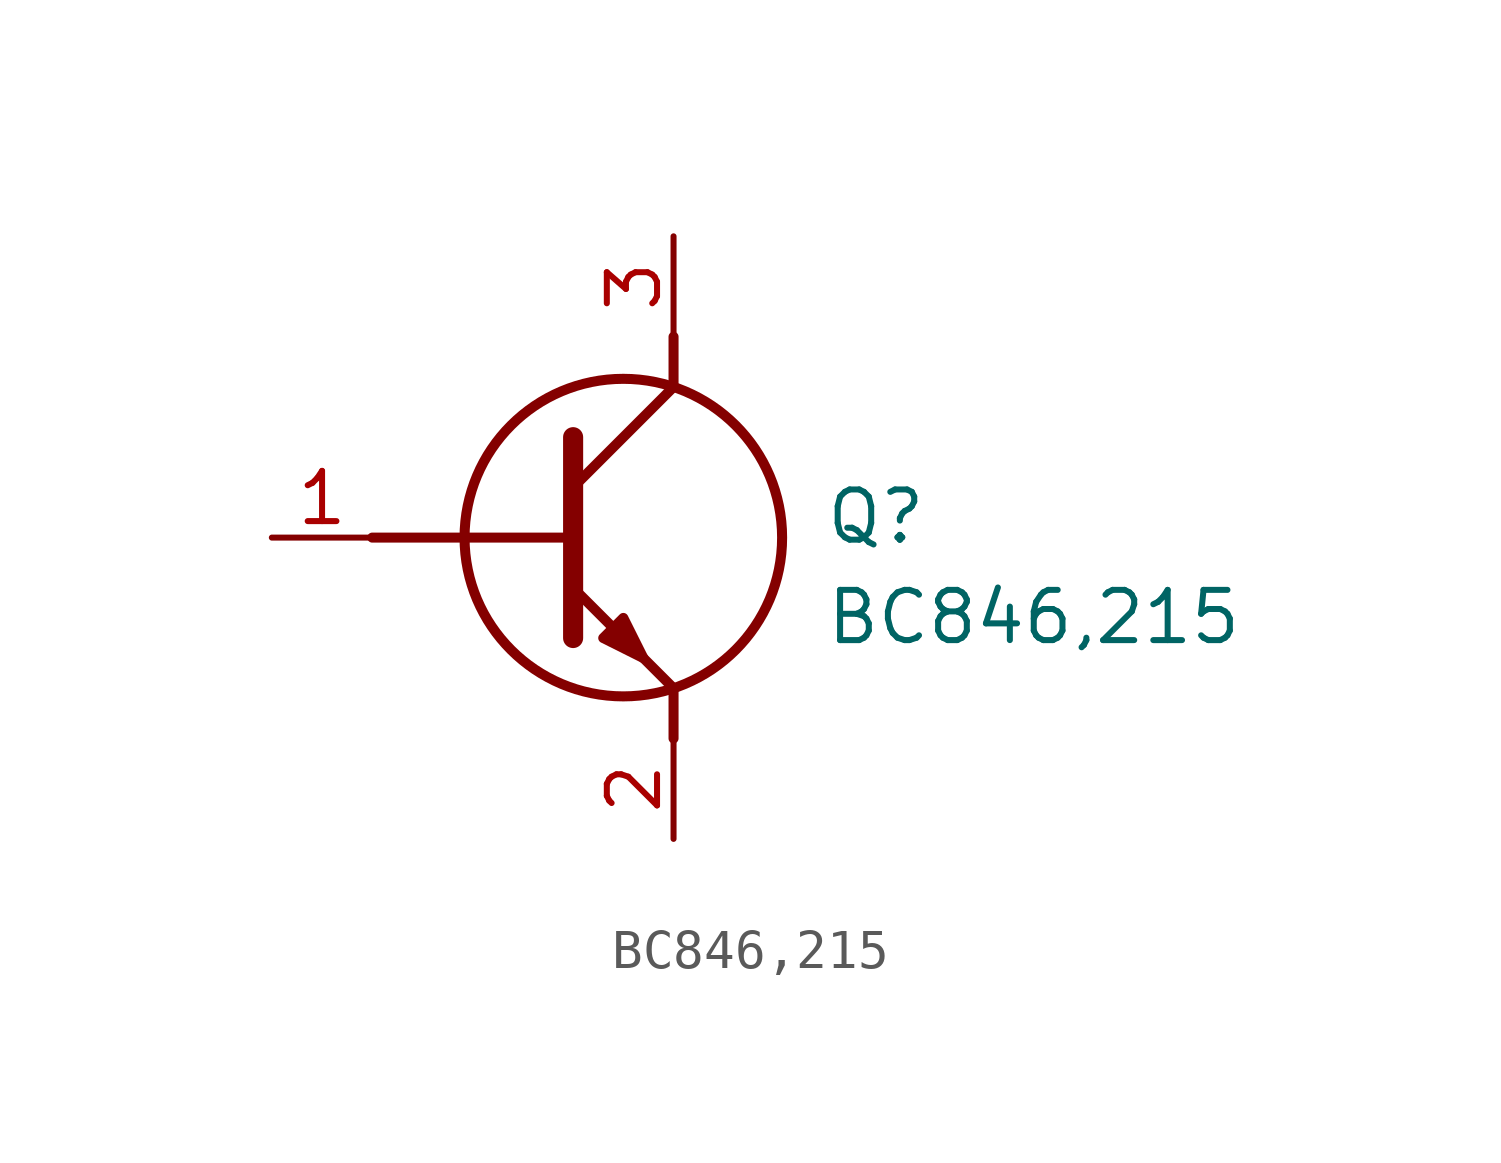
<source format=kicad_sym>
(kicad_symbol_lib
  (version 20211014)
  (generator SamacSys_ECAD_Model)
  (symbol "BC846,215"
    (pin_names hide)
    (property "Reference" "Q"
      (at 13.97 1.27 0)
      (effects (font (size 1.27 1.27)) (justify left top)))
    (property "Value" "BC846,215"
      (at 13.97 -1.27 0)
      (effects (font (size 1.27 1.27)) (justify left top)))
    (polyline
      (pts (xy 7.62 2.54) (xy 7.62 -2.54))
      (stroke (width 0.508) (type default))
      (fill (type none)))
    (polyline
      (pts (xy 7.62 1.27) (xy 10.16 3.81))
      (stroke (width 0.254) (type default))
      (fill (type none)))
    (polyline
      (pts (xy 7.62 -1.27) (xy 10.16 -3.81))
      (stroke (width 0.254) (type default))
      (fill (type none)))
    (polyline
      (pts (xy 10.16 -3.81) (xy 10.16 -5.08))
      (stroke (width 0.254) (type default))
      (fill (type none)))
    (polyline
      (pts (xy 10.16 3.81) (xy 10.16 5.08))
      (stroke (width 0.254) (type default))
      (fill (type none)))
    (polyline
      (pts (xy 2.54 0) (xy 7.62 0))
      (stroke (width 0.254) (type default))
      (fill (type none)))
    (circle
      (center 8.89 0)
      (radius 4.016)
      (stroke (width 0.254) (type default))
      (fill (type none)))
    (polyline
      (pts (xy 8.382 -2.54) (xy 8.89 -2.032) (xy 9.398 -3.048) (xy 8.382 -2.54))
      (stroke (width 0.254) (type default))
      (fill (type outline)))
    (pin passive line
      (at 0 0 0)
      (length 2.54)
      (name "B" (effects (font (size 1.27 1.27))))
      (number "1" (effects (font (size 1.27 1.27)))))
    (pin passive line
      (at 10.16 -7.62 90)
      (length 2.54)
      (name "E" (effects (font (size 1.27 1.27))))
      (number "2" (effects (font (size 1.27 1.27)))))
    (pin passive line
      (at 10.16 7.62 270)
      (length 2.54)
      (name "C" (effects (font (size 1.27 1.27))))
      (number "3" (effects (font (size 1.27 1.27)))))))
</source>
